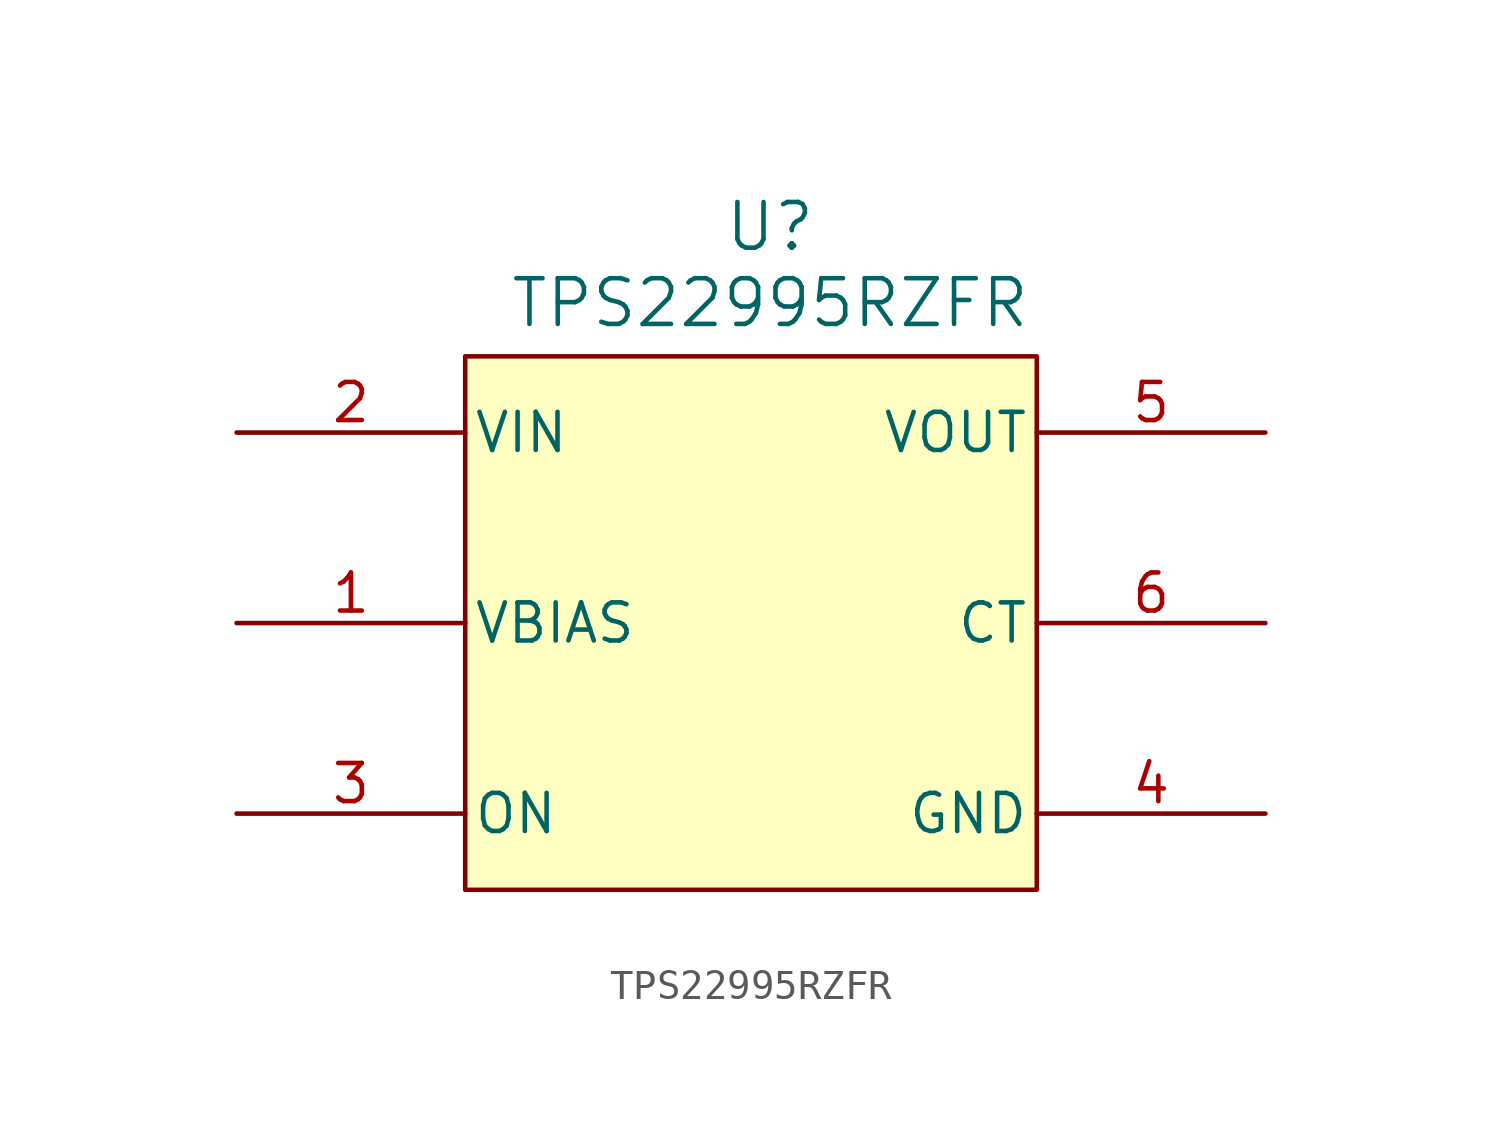
<source format=kicad_sym>
(kicad_symbol_lib
  (version 20231120)
  (generator "kicad_symbol_editor")
  (generator_version "8.0")
  (symbol "TPS22995RZFR"
    (pin_names
      (offset 0.254))
    (property "Reference" "U"
      (at 0 13.208 0)
      (effects (font (size 1.524 1.524))))
    (property "Value" "TPS22995RZFR"
      (at 0 10.668 0)
      (effects (font (size 1.524 1.524))))
    (symbol "TPS22995RZFR_0_1"
      (pin power_in line (at -17.78 0 0) (length 7.62) (name "VBIAS" (effects (font (size 1.27 1.27)))) (number "1" (effects (font (size 1.27 1.27)))))
      (pin power_in line (at -17.78 6.35 0) (length 7.62) (name "VIN" (effects (font (size 1.27 1.27)))) (number "2" (effects (font (size 1.27 1.27)))))
      (pin input line (at -17.78 -6.35 0) (length 7.62) (name "ON" (effects (font (size 1.27 1.27)))) (number "3" (effects (font (size 1.27 1.27)))))
      (pin power_out line (at 16.51 -6.35 180) (length 7.62) (name "GND" (effects (font (size 1.27 1.27)))) (number "4" (effects (font (size 1.27 1.27)))))
      (pin output line (at 16.51 6.35 180) (length 7.62) (name "VOUT" (effects (font (size 1.27 1.27)))) (number "5" (effects (font (size 1.27 1.27)))))
      (pin input line (at 16.51 0 180) (length 7.62) (name "CT" (effects (font (size 1.27 1.27)))) (number "6" (effects (font (size 1.27 1.27))))))
    (symbol "TPS22995RZFR_1_1"
      (rectangle (start -10.16 8.89) (end 8.89 -8.89) (stroke (width 0) (type default)) (fill (type background))))))
</source>
